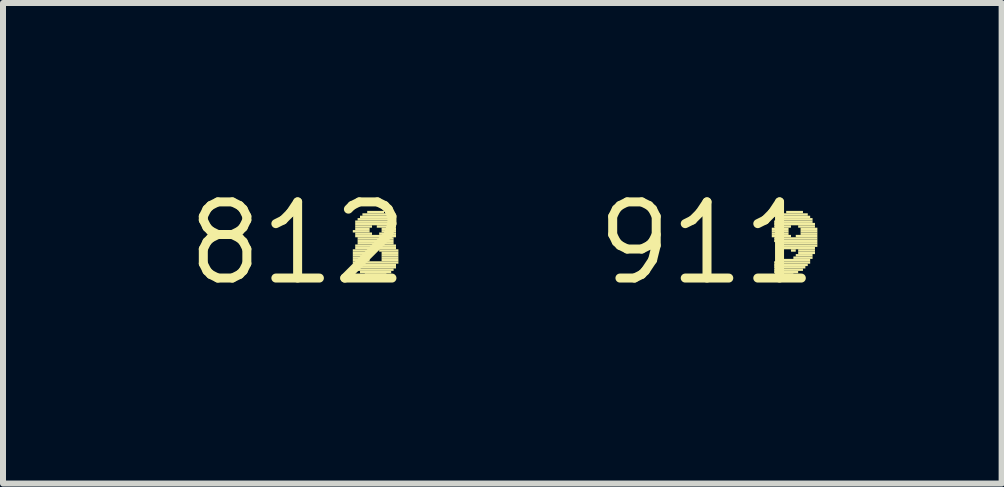
<source format=kicad_pcb>
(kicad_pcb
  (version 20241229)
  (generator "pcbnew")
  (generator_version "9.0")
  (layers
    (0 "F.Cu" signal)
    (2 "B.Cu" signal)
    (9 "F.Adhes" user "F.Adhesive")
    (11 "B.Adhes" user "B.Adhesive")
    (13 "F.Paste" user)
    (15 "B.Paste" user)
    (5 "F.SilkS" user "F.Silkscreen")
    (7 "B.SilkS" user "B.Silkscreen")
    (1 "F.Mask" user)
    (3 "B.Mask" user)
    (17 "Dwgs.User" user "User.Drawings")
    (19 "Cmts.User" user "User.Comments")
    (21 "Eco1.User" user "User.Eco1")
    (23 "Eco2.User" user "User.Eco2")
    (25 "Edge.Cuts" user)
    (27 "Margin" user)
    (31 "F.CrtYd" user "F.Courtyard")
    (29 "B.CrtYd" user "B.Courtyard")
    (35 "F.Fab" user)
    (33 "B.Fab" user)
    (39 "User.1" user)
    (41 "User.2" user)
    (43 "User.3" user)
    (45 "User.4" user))
  (footprint "812"
    (layer "F.Cu")
    (at 1.912 1.006)
    (property "Reference" "812" (at 0 0 0) (layer "F.SilkS") (effects (font (size 1.27 1.27) (thickness 0.15))))
    (attr through_hole)
    (fp_poly (pts (xy 0.92 -0.18) (xy 1.2 -0.18) (xy 1.2 -0.22) (xy 0.92 -0.22)) (stroke (width 0) (type solid)) (fill yes) (layer "F.SilkS"))
    (fp_poly (pts (xy 0.92 0.14) (xy 1.24 0.14) (xy 1.24 0.1) (xy 0.92 0.1)) (stroke (width 0) (type solid)) (fill yes) (layer "F.SilkS"))
    (fp_poly (pts (xy 0.92 0.18) (xy 1.2 0.18) (xy 1.2 0.14) (xy 0.92 0.14)) (stroke (width 0) (type solid)) (fill yes) (layer "F.SilkS"))
    (fp_poly (pts (xy 0.92 0.22) (xy 1.2 0.22) (xy 1.2 0.18) (xy 0.92 0.18)) (stroke (width 0) (type solid)) (fill yes) (layer "F.SilkS"))
    (fp_poly (pts (xy 0.92 0.26) (xy 1.2 0.26) (xy 1.2 0.22) (xy 0.92 0.22)) (stroke (width 0) (type solid)) (fill yes) (layer "F.SilkS"))
    (fp_poly (pts (xy 0.92 0.3) (xy 1.2 0.3) (xy 1.2 0.26) (xy 0.92 0.26)) (stroke (width 0) (type solid)) (fill yes) (layer "F.SilkS"))
    (fp_poly (pts (xy 0.92 0.34) (xy 1.68 0.34) (xy 1.68 0.3) (xy 0.92 0.3)) (stroke (width 0) (type solid)) (fill yes) (layer "F.SilkS"))
    (fp_poly (pts (xy 0.96 -0.34) (xy 1.64 -0.34) (xy 1.64 -0.38) (xy 0.96 -0.38)) (stroke (width 0) (type solid)) (fill yes) (layer "F.SilkS"))
    (fp_poly (pts (xy 0.96 -0.3) (xy 1.64 -0.3) (xy 1.64 -0.34) (xy 0.96 -0.34)) (stroke (width 0) (type solid)) (fill yes) (layer "F.SilkS"))
    (fp_poly (pts (xy 0.96 -0.26) (xy 1.24 -0.26) (xy 1.24 -0.3) (xy 0.96 -0.3)) (stroke (width 0) (type solid)) (fill yes) (layer "F.SilkS"))
    (fp_poly (pts (xy 0.96 -0.22) (xy 1.2 -0.22) (xy 1.2 -0.26) (xy 0.96 -0.26)) (stroke (width 0) (type solid)) (fill yes) (layer "F.SilkS"))
    (fp_poly (pts (xy 0.96 -0.14) (xy 1.24 -0.14) (xy 1.24 -0.18) (xy 0.96 -0.18)) (stroke (width 0) (type solid)) (fill yes) (layer "F.SilkS"))
    (fp_poly (pts (xy 0.96 -0.1) (xy 1.64 -0.1) (xy 1.64 -0.14) (xy 0.96 -0.14)) (stroke (width 0) (type solid)) (fill yes) (layer "F.SilkS"))
    (fp_poly (pts (xy 0.96 0.06) (xy 1.64 0.06) (xy 1.64 0.02) (xy 0.96 0.02)) (stroke (width 0) (type solid)) (fill yes) (layer "F.SilkS"))
    (fp_poly (pts (xy 0.96 0.1) (xy 1.64 0.1) (xy 1.64 0.06) (xy 0.96 0.06)) (stroke (width 0) (type solid)) (fill yes) (layer "F.SilkS"))
    (fp_poly (pts (xy 0.96 0.38) (xy 1.64 0.38) (xy 1.64 0.34) (xy 0.96 0.34)) (stroke (width 0) (type solid)) (fill yes) (layer "F.SilkS"))
    (fp_poly (pts (xy 0.96 0.42) (xy 1.64 0.42) (xy 1.64 0.38) (xy 0.96 0.38)) (stroke (width 0) (type solid)) (fill yes) (layer "F.SilkS"))
    (fp_poly (pts (xy 1 -0.38) (xy 1.6 -0.38) (xy 1.6 -0.42) (xy 1 -0.42)) (stroke (width 0) (type solid)) (fill yes) (layer "F.SilkS"))
    (fp_poly (pts (xy 1 -0.06) (xy 1.6 -0.06) (xy 1.6 -0.1) (xy 1 -0.1)) (stroke (width 0) (type solid)) (fill yes) (layer "F.SilkS"))
    (fp_poly (pts (xy 1 -0.02) (xy 1.6 -0.02) (xy 1.6 -0.06) (xy 1 -0.06)) (stroke (width 0) (type solid)) (fill yes) (layer "F.SilkS"))
    (fp_poly (pts (xy 1 0.02) (xy 1.6 0.02) (xy 1.6 -0.02) (xy 1 -0.02)) (stroke (width 0) (type solid)) (fill yes) (layer "F.SilkS"))
    (fp_poly (pts (xy 1 0.46) (xy 1.6 0.46) (xy 1.6 0.42) (xy 1 0.42)) (stroke (width 0) (type solid)) (fill yes) (layer "F.SilkS"))
    (fp_poly (pts (xy 1.04 -0.42) (xy 1.56 -0.42) (xy 1.56 -0.46) (xy 1.04 -0.46)) (stroke (width 0) (type solid)) (fill yes) (layer "F.SilkS"))
    (fp_poly (pts (xy 1.04 0.5) (xy 1.56 0.5) (xy 1.56 0.46) (xy 1.04 0.46)) (stroke (width 0) (type solid)) (fill yes) (layer "F.SilkS"))
    (fp_poly (pts (xy 1.08 -0.46) (xy 1.52 -0.46) (xy 1.52 -0.5) (xy 1.08 -0.5)) (stroke (width 0) (type solid)) (fill yes) (layer "F.SilkS"))
    (fp_poly (pts (xy 1.12 0.54) (xy 1.48 0.54) (xy 1.48 0.5) (xy 1.12 0.5)) (stroke (width 0) (type solid)) (fill yes) (layer "F.SilkS"))
    (fp_poly (pts (xy 1.16 -0.5) (xy 1.44 -0.5) (xy 1.44 -0.54) (xy 1.16 -0.54)) (stroke (width 0) (type solid)) (fill yes) (layer "F.SilkS"))
    (fp_poly (pts (xy 1.24 0.58) (xy 1.36 0.58) (xy 1.36 0.54) (xy 1.24 0.54)) (stroke (width 0) (type solid)) (fill yes) (layer "F.SilkS"))
    (fp_poly (pts (xy 1.32 -0.26) (xy 1.64 -0.26) (xy 1.64 -0.3) (xy 1.32 -0.3)) (stroke (width 0) (type solid)) (fill yes) (layer "F.SilkS"))
    (fp_poly (pts (xy 1.36 -0.14) (xy 1.64 -0.14) (xy 1.64 -0.18) (xy 1.36 -0.18)) (stroke (width 0) (type solid)) (fill yes) (layer "F.SilkS"))
    (fp_poly (pts (xy 1.36 0.14) (xy 1.68 0.14) (xy 1.68 0.1) (xy 1.36 0.1)) (stroke (width 0) (type solid)) (fill yes) (layer "F.SilkS"))
    (fp_poly (pts (xy 1.4 -0.22) (xy 1.64 -0.22) (xy 1.64 -0.26) (xy 1.4 -0.26)) (stroke (width 0) (type solid)) (fill yes) (layer "F.SilkS"))
    (fp_poly (pts (xy 1.4 -0.18) (xy 1.64 -0.18) (xy 1.64 -0.22) (xy 1.4 -0.22)) (stroke (width 0) (type solid)) (fill yes) (layer "F.SilkS"))
    (fp_poly (pts (xy 1.4 0.18) (xy 1.68 0.18) (xy 1.68 0.14) (xy 1.4 0.14)) (stroke (width 0) (type solid)) (fill yes) (layer "F.SilkS"))
    (fp_poly (pts (xy 1.4 0.22) (xy 1.68 0.22) (xy 1.68 0.18) (xy 1.4 0.18)) (stroke (width 0) (type solid)) (fill yes) (layer "F.SilkS"))
    (fp_poly (pts (xy 1.4 0.26) (xy 1.68 0.26) (xy 1.68 0.22) (xy 1.4 0.22)) (stroke (width 0) (type solid)) (fill yes) (layer "F.SilkS"))
    (fp_poly (pts (xy 1.4 0.3) (xy 1.68 0.3) (xy 1.68 0.26) (xy 1.4 0.26)) (stroke (width 0) (type solid)) (fill yes) (layer "F.SilkS")))
  (footprint "911"
    (layer "F.Cu")
    (at 8.737 1.006)
    (property "Reference" "911" (at 0 0 0) (layer "F.SilkS") (effects (font (size 1.27 1.27) (thickness 0.15))))
    (attr through_hole)
    (fp_poly (pts (xy 1.08 -0.22) (xy 1.36 -0.22) (xy 1.36 -0.26) (xy 1.08 -0.26)) (stroke (width 0) (type solid)) (fill yes) (layer "F.SilkS"))
    (fp_poly (pts (xy 1.08 -0.18) (xy 1.36 -0.18) (xy 1.36 -0.22) (xy 1.08 -0.22)) (stroke (width 0) (type solid)) (fill yes) (layer "F.SilkS"))
    (fp_poly (pts (xy 1.08 -0.14) (xy 1.36 -0.14) (xy 1.36 -0.18) (xy 1.08 -0.18)) (stroke (width 0) (type solid)) (fill yes) (layer "F.SilkS"))
    (fp_poly (pts (xy 1.08 -0.1) (xy 1.4 -0.1) (xy 1.4 -0.14) (xy 1.08 -0.14)) (stroke (width 0) (type solid)) (fill yes) (layer "F.SilkS"))
    (fp_poly (pts (xy 1.12 -0.34) (xy 1.76 -0.34) (xy 1.76 -0.38) (xy 1.12 -0.38)) (stroke (width 0) (type solid)) (fill yes) (layer "F.SilkS"))
    (fp_poly (pts (xy 1.12 -0.3) (xy 1.8 -0.3) (xy 1.8 -0.34) (xy 1.12 -0.34)) (stroke (width 0) (type solid)) (fill yes) (layer "F.SilkS"))
    (fp_poly (pts (xy 1.12 -0.26) (xy 1.4 -0.26) (xy 1.4 -0.3) (xy 1.12 -0.3)) (stroke (width 0) (type solid)) (fill yes) (layer "F.SilkS"))
    (fp_poly (pts (xy 1.12 -0.06) (xy 1.84 -0.06) (xy 1.84 -0.1) (xy 1.12 -0.1)) (stroke (width 0) (type solid)) (fill yes) (layer "F.SilkS"))
    (fp_poly (pts (xy 1.12 -0.02) (xy 1.84 -0.02) (xy 1.84 -0.06) (xy 1.12 -0.06)) (stroke (width 0) (type solid)) (fill yes) (layer "F.SilkS"))
    (fp_poly (pts (xy 1.12 0.34) (xy 1.72 0.34) (xy 1.72 0.3) (xy 1.12 0.3)) (stroke (width 0) (type solid)) (fill yes) (layer "F.SilkS"))
    (fp_poly (pts (xy 1.12 0.38) (xy 1.68 0.38) (xy 1.68 0.34) (xy 1.12 0.34)) (stroke (width 0) (type solid)) (fill yes) (layer "F.SilkS"))
    (fp_poly (pts (xy 1.12 0.42) (xy 1.64 0.42) (xy 1.64 0.38) (xy 1.12 0.38)) (stroke (width 0) (type solid)) (fill yes) (layer "F.SilkS"))
    (fp_poly (pts (xy 1.12 0.46) (xy 1.6 0.46) (xy 1.6 0.42) (xy 1.12 0.42)) (stroke (width 0) (type solid)) (fill yes) (layer "F.SilkS"))
    (fp_poly (pts (xy 1.12 0.5) (xy 1.52 0.5) (xy 1.52 0.46) (xy 1.12 0.46)) (stroke (width 0) (type solid)) (fill yes) (layer "F.SilkS"))
    (fp_poly (pts (xy 1.16 -0.38) (xy 1.76 -0.38) (xy 1.76 -0.42) (xy 1.16 -0.42)) (stroke (width 0) (type solid)) (fill yes) (layer "F.SilkS"))
    (fp_poly (pts (xy 1.16 0.02) (xy 1.84 0.02) (xy 1.84 -0.02) (xy 1.16 -0.02)) (stroke (width 0) (type solid)) (fill yes) (layer "F.SilkS"))
    (fp_poly (pts (xy 1.16 0.54) (xy 1.44 0.54) (xy 1.44 0.5) (xy 1.16 0.5)) (stroke (width 0) (type solid)) (fill yes) (layer "F.SilkS"))
    (fp_poly (pts (xy 1.2 -0.42) (xy 1.72 -0.42) (xy 1.72 -0.46) (xy 1.2 -0.46)) (stroke (width 0) (type solid)) (fill yes) (layer "F.SilkS"))
    (fp_poly (pts (xy 1.2 0.06) (xy 1.84 0.06) (xy 1.84 0.02) (xy 1.2 0.02)) (stroke (width 0) (type solid)) (fill yes) (layer "F.SilkS"))
    (fp_poly (pts (xy 1.24 -0.46) (xy 1.68 -0.46) (xy 1.68 -0.5) (xy 1.24 -0.5)) (stroke (width 0) (type solid)) (fill yes) (layer "F.SilkS"))
    (fp_poly (pts (xy 1.24 0.3) (xy 1.72 0.3) (xy 1.72 0.26) (xy 1.24 0.26)) (stroke (width 0) (type solid)) (fill yes) (layer "F.SilkS"))
    (fp_poly (pts (xy 1.28 0.1) (xy 1.8 0.1) (xy 1.8 0.06) (xy 1.28 0.06)) (stroke (width 0) (type solid)) (fill yes) (layer "F.SilkS"))
    (fp_poly (pts (xy 1.32 -0.5) (xy 1.6 -0.5) (xy 1.6 -0.54) (xy 1.32 -0.54)) (stroke (width 0) (type solid)) (fill yes) (layer "F.SilkS"))
    (fp_poly (pts (xy 1.4 0.14) (xy 1.48 0.14) (xy 1.48 0.1) (xy 1.4 0.1)) (stroke (width 0) (type solid)) (fill yes) (layer "F.SilkS"))
    (fp_poly (pts (xy 1.44 0.26) (xy 1.76 0.26) (xy 1.76 0.22) (xy 1.44 0.22)) (stroke (width 0) (type solid)) (fill yes) (layer "F.SilkS"))
    (fp_poly (pts (xy 1.48 -0.1) (xy 1.84 -0.1) (xy 1.84 -0.14) (xy 1.48 -0.14)) (stroke (width 0) (type solid)) (fill yes) (layer "F.SilkS"))
    (fp_poly (pts (xy 1.48 0.22) (xy 1.76 0.22) (xy 1.76 0.18) (xy 1.48 0.18)) (stroke (width 0) (type solid)) (fill yes) (layer "F.SilkS"))
    (fp_poly (pts (xy 1.52 -0.26) (xy 1.8 -0.26) (xy 1.8 -0.3) (xy 1.52 -0.3)) (stroke (width 0) (type solid)) (fill yes) (layer "F.SilkS"))
    (fp_poly (pts (xy 1.52 0.14) (xy 1.8 0.14) (xy 1.8 0.1) (xy 1.52 0.1)) (stroke (width 0) (type solid)) (fill yes) (layer "F.SilkS"))
    (fp_poly (pts (xy 1.52 0.18) (xy 1.8 0.18) (xy 1.8 0.14) (xy 1.52 0.14)) (stroke (width 0) (type solid)) (fill yes) (layer "F.SilkS"))
    (fp_poly (pts (xy 1.56 -0.22) (xy 1.84 -0.22) (xy 1.84 -0.26) (xy 1.56 -0.26)) (stroke (width 0) (type solid)) (fill yes) (layer "F.SilkS"))
    (fp_poly (pts (xy 1.56 -0.18) (xy 1.84 -0.18) (xy 1.84 -0.22) (xy 1.56 -0.22)) (stroke (width 0) (type solid)) (fill yes) (layer "F.SilkS"))
    (fp_poly (pts (xy 1.56 -0.14) (xy 1.84 -0.14) (xy 1.84 -0.18) (xy 1.56 -0.18)) (stroke (width 0) (type solid)) (fill yes) (layer "F.SilkS")))
  (gr_rect
    (start -3 -3)
    (end 13.649 5.012)
    (stroke (width 0.1) (type default))
    (fill no)
    (layer "Edge.Cuts")))
</source>
